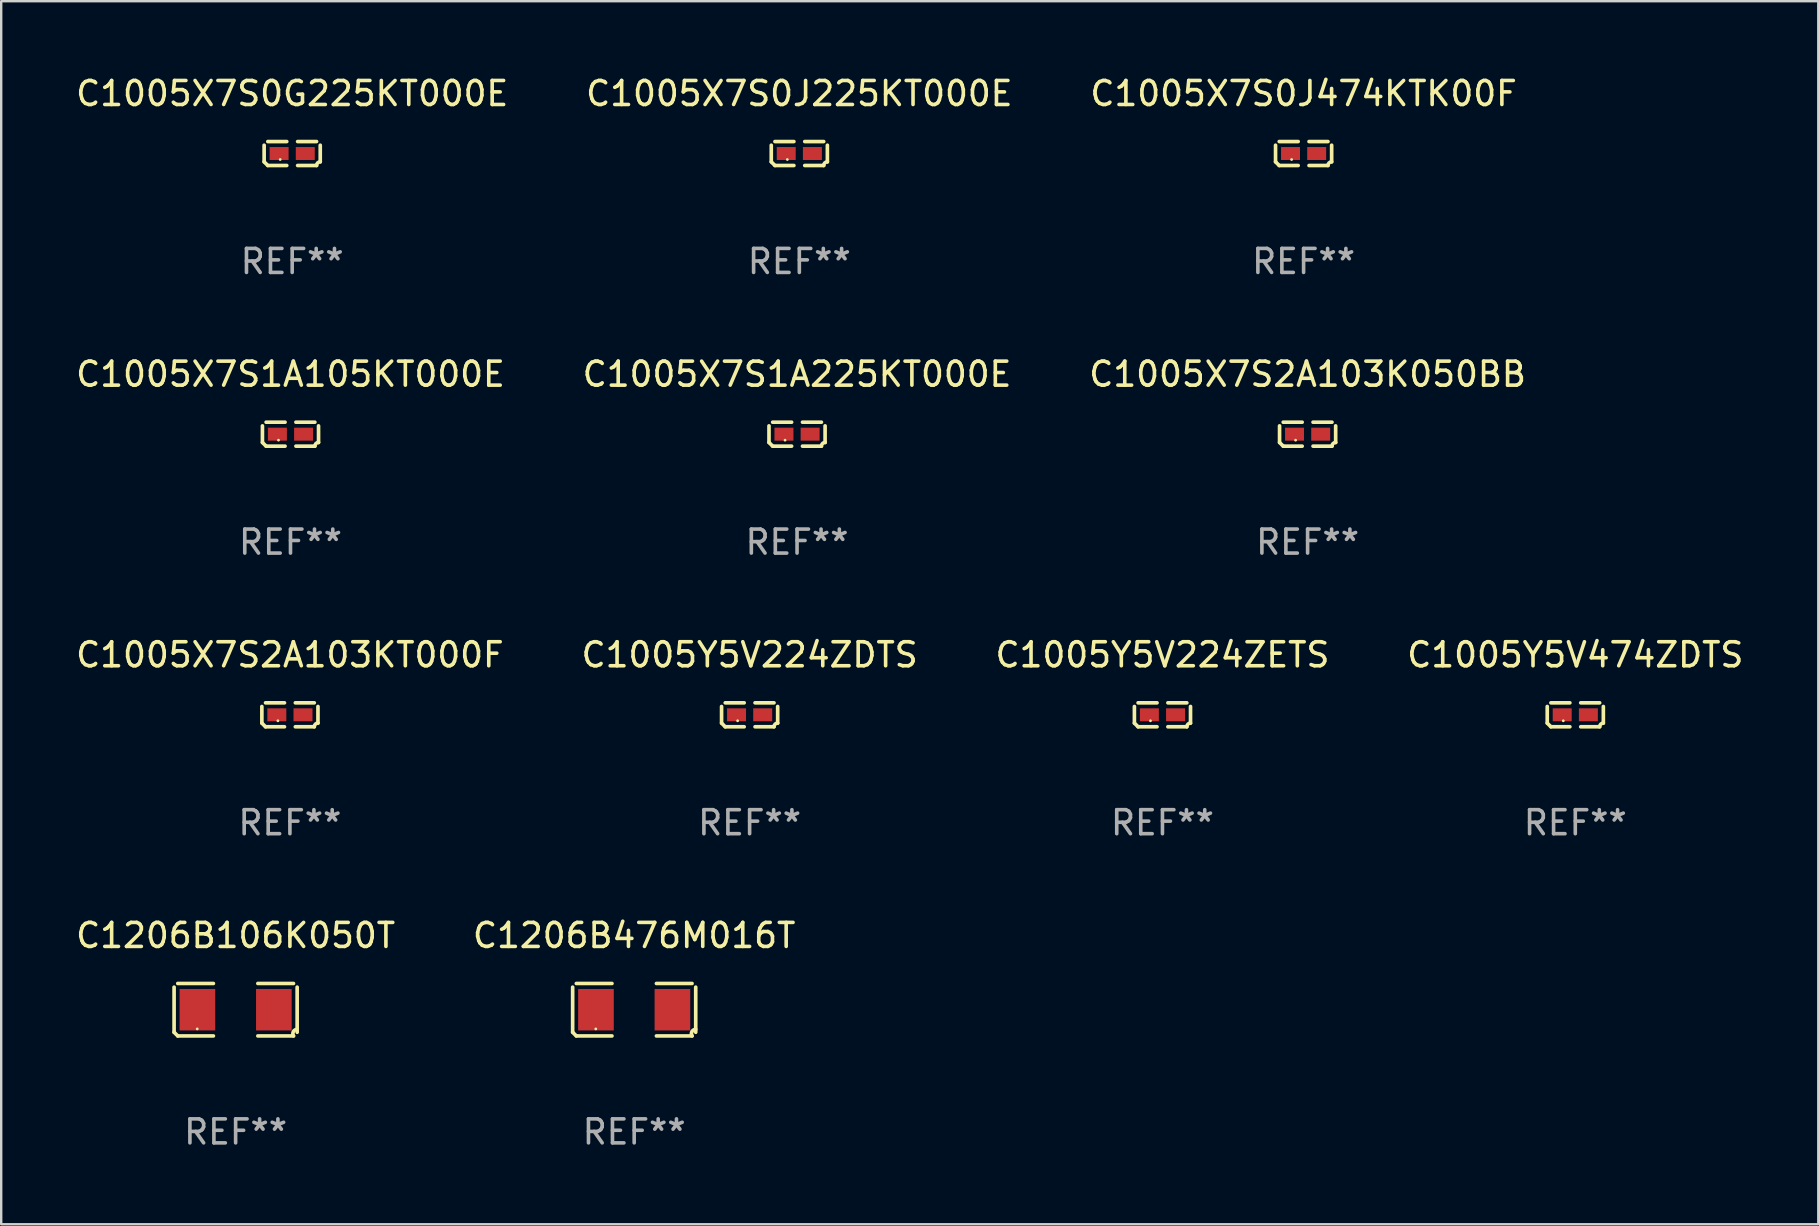
<source format=kicad_pcb>
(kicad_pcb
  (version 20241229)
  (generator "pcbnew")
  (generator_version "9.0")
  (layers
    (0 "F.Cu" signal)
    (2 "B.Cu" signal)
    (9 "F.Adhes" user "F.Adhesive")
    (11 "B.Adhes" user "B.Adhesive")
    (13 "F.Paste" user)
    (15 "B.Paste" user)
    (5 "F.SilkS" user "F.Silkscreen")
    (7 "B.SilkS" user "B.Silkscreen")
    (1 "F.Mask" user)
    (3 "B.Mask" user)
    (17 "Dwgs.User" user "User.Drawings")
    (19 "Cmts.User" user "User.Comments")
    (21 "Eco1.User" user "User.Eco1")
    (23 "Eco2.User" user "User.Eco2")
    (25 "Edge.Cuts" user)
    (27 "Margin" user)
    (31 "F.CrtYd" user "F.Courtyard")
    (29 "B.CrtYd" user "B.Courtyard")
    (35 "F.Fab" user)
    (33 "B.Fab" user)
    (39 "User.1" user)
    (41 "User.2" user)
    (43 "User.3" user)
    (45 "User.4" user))
  (footprint "C1005X7S2A103KT000F"
    (layer "F.Cu")
    (at 9.03 26.734)
    (property "Reference" "C1005X7S2A103KT000F" (at 0 -2.499 0) (layer "F.SilkS") (effects (font (size 1 1) (thickness 0.15))))
    (attr through_hole)
    (fp_line (start -1.169 0.346) (end -1.169 -0.346) (stroke (width 0.152) (type solid)) (layer "F.SilkS"))
    (fp_line (start -1.016 -0.499) (end -0.226 -0.499) (stroke (width 0.152) (type solid)) (layer "F.SilkS"))
    (fp_line (start -0.226 0.499) (end -1.016 0.499) (stroke (width 0.152) (type solid)) (layer "F.SilkS"))
    (fp_line (start 0.226 0.499) (end 1.016 0.499) (stroke (width 0.152) (type solid)) (layer "F.SilkS"))
    (fp_line (start 1.016 -0.499) (end 0.226 -0.499) (stroke (width 0.152) (type solid)) (layer "F.SilkS"))
    (fp_line (start 1.169 0.346) (end 1.169 -0.346) (stroke (width 0.152) (type solid)) (layer "F.SilkS"))
    (fp_arc (start -1.016307 0.498603) (mid -1.092512 0.422405) (end -1.16871 0.3462) (stroke (width 0.1524) (type solid)) (layer "F.SilkS"))
    (fp_arc (start 1.016307 0.498603) (mid 1.060899 0.390758) (end 1.168707 0.346076) (stroke (width 0.1524) (type solid)) (layer "F.SilkS"))
    (fp_circle (center -0.5 0.25) (end -0.47 0.25) (stroke (width 0.06) (type solid)) (fill no) (layer "F.SilkS"))
    (fp_text user "REF**" (at 0 4.499 0) (layer "F.Fab") (effects (font (size 1 1) (thickness 0.15))))
    (pad "1" smd rect (at -0.545 0) (size 0.79 0.54) (layers "F.Cu" "F.Mask" "F.Paste"))
    (pad "2" smd rect (at 0.545 0) (size 0.79 0.54) (layers "F.Cu" "F.Mask" "F.Paste")))
  (footprint "C1005X7S0J474KTK00F"
    (layer "F.Cu")
    (at 51.268 3.347)
    (property "Reference" "C1005X7S0J474KTK00F" (at 0 -2.499 0) (layer "F.SilkS") (effects (font (size 1 1) (thickness 0.15))))
    (attr through_hole)
    (fp_line (start -1.169 0.346) (end -1.169 -0.346) (stroke (width 0.152) (type solid)) (layer "F.SilkS"))
    (fp_line (start -1.016 -0.499) (end -0.226 -0.499) (stroke (width 0.152) (type solid)) (layer "F.SilkS"))
    (fp_line (start -0.226 0.499) (end -1.016 0.499) (stroke (width 0.152) (type solid)) (layer "F.SilkS"))
    (fp_line (start 0.226 0.499) (end 1.016 0.499) (stroke (width 0.152) (type solid)) (layer "F.SilkS"))
    (fp_line (start 1.016 -0.499) (end 0.226 -0.499) (stroke (width 0.152) (type solid)) (layer "F.SilkS"))
    (fp_line (start 1.169 0.346) (end 1.169 -0.346) (stroke (width 0.152) (type solid)) (layer "F.SilkS"))
    (fp_arc (start -1.016307 0.498603) (mid -1.092512 0.422405) (end -1.16871 0.3462) (stroke (width 0.1524) (type solid)) (layer "F.SilkS"))
    (fp_arc (start 1.016307 0.498603) (mid 1.060899 0.390758) (end 1.168707 0.346076) (stroke (width 0.1524) (type solid)) (layer "F.SilkS"))
    (fp_circle (center -0.5 0.25) (end -0.47 0.25) (stroke (width 0.06) (type solid)) (fill no) (layer "F.SilkS"))
    (fp_text user "REF**" (at 0 4.499 0) (layer "F.Fab") (effects (font (size 1 1) (thickness 0.15))))
    (pad "1" smd rect (at -0.545 0) (size 0.79 0.54) (layers "F.Cu" "F.Mask" "F.Paste"))
    (pad "2" smd rect (at 0.545 0) (size 0.79 0.54) (layers "F.Cu" "F.Mask" "F.Paste")))
  (footprint "C1005Y5V224ZETS"
    (layer "F.Cu")
    (at 45.387 26.734)
    (property "Reference" "C1005Y5V224ZETS" (at 0 -2.499 0) (layer "F.SilkS") (effects (font (size 1 1) (thickness 0.15))))
    (attr through_hole)
    (fp_line (start -1.169 0.346) (end -1.169 -0.346) (stroke (width 0.152) (type solid)) (layer "F.SilkS"))
    (fp_line (start -1.016 -0.499) (end -0.226 -0.499) (stroke (width 0.152) (type solid)) (layer "F.SilkS"))
    (fp_line (start -0.226 0.499) (end -1.016 0.499) (stroke (width 0.152) (type solid)) (layer "F.SilkS"))
    (fp_line (start 0.226 0.499) (end 1.016 0.499) (stroke (width 0.152) (type solid)) (layer "F.SilkS"))
    (fp_line (start 1.016 -0.499) (end 0.226 -0.499) (stroke (width 0.152) (type solid)) (layer "F.SilkS"))
    (fp_line (start 1.169 0.346) (end 1.169 -0.346) (stroke (width 0.152) (type solid)) (layer "F.SilkS"))
    (fp_arc (start -1.016307 0.498603) (mid -1.092512 0.422405) (end -1.16871 0.3462) (stroke (width 0.1524) (type solid)) (layer "F.SilkS"))
    (fp_arc (start 1.016307 0.498603) (mid 1.060899 0.390758) (end 1.168707 0.346076) (stroke (width 0.1524) (type solid)) (layer "F.SilkS"))
    (fp_circle (center -0.5 0.25) (end -0.47 0.25) (stroke (width 0.06) (type solid)) (fill no) (layer "F.SilkS"))
    (fp_text user "REF**" (at 0 4.499 0) (layer "F.Fab") (effects (font (size 1 1) (thickness 0.15))))
    (pad "1" smd rect (at -0.545 0) (size 0.79 0.54) (layers "F.Cu" "F.Mask" "F.Paste"))
    (pad "2" smd rect (at 0.545 0) (size 0.79 0.54) (layers "F.Cu" "F.Mask" "F.Paste")))
  (footprint "C1206B106K050T"
    (layer "F.Cu")
    (at 6.768 39.022)
    (property "Reference" "C1206B106K050T" (at 0 -3.093 0) (layer "F.SilkS") (effects (font (size 1 1) (thickness 0.15))))
    (attr through_hole)
    (fp_line (start -2.564 0.94) (end -2.564 -0.94) (stroke (width 0.152) (type solid)) (layer "F.SilkS"))
    (fp_line (start -2.411 -1.093) (end -0.926 -1.093) (stroke (width 0.152) (type solid)) (layer "F.SilkS"))
    (fp_line (start -0.926 1.093) (end -2.411 1.093) (stroke (width 0.152) (type solid)) (layer "F.SilkS"))
    (fp_line (start 0.926 1.093) (end 2.411 1.093) (stroke (width 0.152) (type solid)) (layer "F.SilkS"))
    (fp_line (start 2.411 -1.093) (end 0.926 -1.093) (stroke (width 0.152) (type solid)) (layer "F.SilkS"))
    (fp_line (start 2.564 0.94) (end 2.564 -0.94) (stroke (width 0.152) (type solid)) (layer "F.SilkS"))
    (fp_arc (start -2.411201 1.092609) (mid -2.487413 1.01642) (end -2.563602 0.940208) (stroke (width 0.1524) (type solid)) (layer "F.SilkS"))
    (fp_arc (start 2.411201 1.092609) (mid 2.407159 0.911226) (end 2.563602 0.819347) (stroke (width 0.1524) (type solid)) (layer "F.SilkS"))
    (fp_circle (center -1.6 0.8) (end -1.57 0.8) (stroke (width 0.06) (type solid)) (fill no) (layer "F.SilkS"))
    (fp_text user "REF**" (at 0 5.093 0) (layer "F.Fab") (effects (font (size 1 1) (thickness 0.15))))
    (pad "1" smd rect (at -1.593 0) (size 1.485 1.728) (layers "F.Cu" "F.Mask" "F.Paste"))
    (pad "2" smd rect (at 1.593 0) (size 1.485 1.728) (layers "F.Cu" "F.Mask" "F.Paste")))
  (footprint "C1005X7S2A103K050BB"
    (layer "F.Cu")
    (at 51.435 15.041)
    (property "Reference" "C1005X7S2A103K050BB" (at 0 -2.499 0) (layer "F.SilkS") (effects (font (size 1 1) (thickness 0.15))))
    (attr through_hole)
    (fp_line (start -1.169 0.346) (end -1.169 -0.346) (stroke (width 0.152) (type solid)) (layer "F.SilkS"))
    (fp_line (start -1.016 -0.499) (end -0.226 -0.499) (stroke (width 0.152) (type solid)) (layer "F.SilkS"))
    (fp_line (start -0.226 0.499) (end -1.016 0.499) (stroke (width 0.152) (type solid)) (layer "F.SilkS"))
    (fp_line (start 0.226 0.499) (end 1.016 0.499) (stroke (width 0.152) (type solid)) (layer "F.SilkS"))
    (fp_line (start 1.016 -0.499) (end 0.226 -0.499) (stroke (width 0.152) (type solid)) (layer "F.SilkS"))
    (fp_line (start 1.169 0.346) (end 1.169 -0.346) (stroke (width 0.152) (type solid)) (layer "F.SilkS"))
    (fp_arc (start -1.016307 0.498603) (mid -1.092512 0.422405) (end -1.16871 0.3462) (stroke (width 0.1524) (type solid)) (layer "F.SilkS"))
    (fp_arc (start 1.016307 0.498603) (mid 1.060899 0.390758) (end 1.168707 0.346076) (stroke (width 0.1524) (type solid)) (layer "F.SilkS"))
    (fp_circle (center -0.5 0.25) (end -0.47 0.25) (stroke (width 0.06) (type solid)) (fill no) (layer "F.SilkS"))
    (fp_text user "REF**" (at 0 4.499 0) (layer "F.Fab") (effects (font (size 1 1) (thickness 0.15))))
    (pad "1" smd rect (at -0.545 0) (size 0.79 0.54) (layers "F.Cu" "F.Mask" "F.Paste"))
    (pad "2" smd rect (at 0.545 0) (size 0.79 0.54) (layers "F.Cu" "F.Mask" "F.Paste")))
  (footprint "C1005X7S1A105KT000E"
    (layer "F.Cu")
    (at 9.054 15.041)
    (property "Reference" "C1005X7S1A105KT000E" (at 0 -2.499 0) (layer "F.SilkS") (effects (font (size 1 1) (thickness 0.15))))
    (attr through_hole)
    (fp_line (start -1.169 0.346) (end -1.169 -0.346) (stroke (width 0.152) (type solid)) (layer "F.SilkS"))
    (fp_line (start -1.016 -0.499) (end -0.226 -0.499) (stroke (width 0.152) (type solid)) (layer "F.SilkS"))
    (fp_line (start -0.226 0.499) (end -1.016 0.499) (stroke (width 0.152) (type solid)) (layer "F.SilkS"))
    (fp_line (start 0.226 0.499) (end 1.016 0.499) (stroke (width 0.152) (type solid)) (layer "F.SilkS"))
    (fp_line (start 1.016 -0.499) (end 0.226 -0.499) (stroke (width 0.152) (type solid)) (layer "F.SilkS"))
    (fp_line (start 1.169 0.346) (end 1.169 -0.346) (stroke (width 0.152) (type solid)) (layer "F.SilkS"))
    (fp_arc (start -1.016307 0.498603) (mid -1.092512 0.422405) (end -1.16871 0.3462) (stroke (width 0.1524) (type solid)) (layer "F.SilkS"))
    (fp_arc (start 1.016307 0.498603) (mid 1.060899 0.390758) (end 1.168707 0.346076) (stroke (width 0.1524) (type solid)) (layer "F.SilkS"))
    (fp_circle (center -0.5 0.25) (end -0.47 0.25) (stroke (width 0.06) (type solid)) (fill no) (layer "F.SilkS"))
    (fp_text user "REF**" (at 0 4.499 0) (layer "F.Fab") (effects (font (size 1 1) (thickness 0.15))))
    (pad "1" smd rect (at -0.545 0) (size 0.79 0.54) (layers "F.Cu" "F.Mask" "F.Paste"))
    (pad "2" smd rect (at 0.545 0) (size 0.79 0.54) (layers "F.Cu" "F.Mask" "F.Paste")))
  (footprint "C1005X7S0G225KT000E"
    (layer "F.Cu")
    (at 9.125 3.347)
    (property "Reference" "C1005X7S0G225KT000E" (at 0 -2.499 0) (layer "F.SilkS") (effects (font (size 1 1) (thickness 0.15))))
    (attr through_hole)
    (fp_line (start -1.169 0.346) (end -1.169 -0.346) (stroke (width 0.152) (type solid)) (layer "F.SilkS"))
    (fp_line (start -1.016 -0.499) (end -0.226 -0.499) (stroke (width 0.152) (type solid)) (layer "F.SilkS"))
    (fp_line (start -0.226 0.499) (end -1.016 0.499) (stroke (width 0.152) (type solid)) (layer "F.SilkS"))
    (fp_line (start 0.226 0.499) (end 1.016 0.499) (stroke (width 0.152) (type solid)) (layer "F.SilkS"))
    (fp_line (start 1.016 -0.499) (end 0.226 -0.499) (stroke (width 0.152) (type solid)) (layer "F.SilkS"))
    (fp_line (start 1.169 0.346) (end 1.169 -0.346) (stroke (width 0.152) (type solid)) (layer "F.SilkS"))
    (fp_arc (start -1.016307 0.498603) (mid -1.092512 0.422405) (end -1.16871 0.3462) (stroke (width 0.1524) (type solid)) (layer "F.SilkS"))
    (fp_arc (start 1.016307 0.498603) (mid 1.060899 0.390758) (end 1.168707 0.346076) (stroke (width 0.1524) (type solid)) (layer "F.SilkS"))
    (fp_circle (center -0.5 0.25) (end -0.47 0.25) (stroke (width 0.06) (type solid)) (fill no) (layer "F.SilkS"))
    (fp_text user "REF**" (at 0 4.499 0) (layer "F.Fab") (effects (font (size 1 1) (thickness 0.15))))
    (pad "1" smd rect (at -0.545 0) (size 0.79 0.54) (layers "F.Cu" "F.Mask" "F.Paste"))
    (pad "2" smd rect (at 0.545 0) (size 0.79 0.54) (layers "F.Cu" "F.Mask" "F.Paste")))
  (footprint "C1005X7S1A225KT000E"
    (layer "F.Cu")
    (at 30.161 15.041)
    (property "Reference" "C1005X7S1A225KT000E" (at 0 -2.499 0) (layer "F.SilkS") (effects (font (size 1 1) (thickness 0.15))))
    (attr through_hole)
    (fp_line (start -1.169 0.346) (end -1.169 -0.346) (stroke (width 0.152) (type solid)) (layer "F.SilkS"))
    (fp_line (start -1.016 -0.499) (end -0.226 -0.499) (stroke (width 0.152) (type solid)) (layer "F.SilkS"))
    (fp_line (start -0.226 0.499) (end -1.016 0.499) (stroke (width 0.152) (type solid)) (layer "F.SilkS"))
    (fp_line (start 0.226 0.499) (end 1.016 0.499) (stroke (width 0.152) (type solid)) (layer "F.SilkS"))
    (fp_line (start 1.016 -0.499) (end 0.226 -0.499) (stroke (width 0.152) (type solid)) (layer "F.SilkS"))
    (fp_line (start 1.169 0.346) (end 1.169 -0.346) (stroke (width 0.152) (type solid)) (layer "F.SilkS"))
    (fp_arc (start -1.016307 0.498603) (mid -1.092512 0.422405) (end -1.16871 0.3462) (stroke (width 0.1524) (type solid)) (layer "F.SilkS"))
    (fp_arc (start 1.016307 0.498603) (mid 1.060899 0.390758) (end 1.168707 0.346076) (stroke (width 0.1524) (type solid)) (layer "F.SilkS"))
    (fp_circle (center -0.5 0.25) (end -0.47 0.25) (stroke (width 0.06) (type solid)) (fill no) (layer "F.SilkS"))
    (fp_text user "REF**" (at 0 4.499 0) (layer "F.Fab") (effects (font (size 1 1) (thickness 0.15))))
    (pad "1" smd rect (at -0.545 0) (size 0.79 0.54) (layers "F.Cu" "F.Mask" "F.Paste"))
    (pad "2" smd rect (at 0.545 0) (size 0.79 0.54) (layers "F.Cu" "F.Mask" "F.Paste")))
  (footprint "C1206B476M016T"
    (layer "F.Cu")
    (at 23.375 39.022)
    (property "Reference" "C1206B476M016T" (at 0 -3.093 0) (layer "F.SilkS") (effects (font (size 1 1) (thickness 0.15))))
    (attr through_hole)
    (fp_line (start -2.564 0.94) (end -2.564 -0.94) (stroke (width 0.152) (type solid)) (layer "F.SilkS"))
    (fp_line (start -2.411 -1.093) (end -0.926 -1.093) (stroke (width 0.152) (type solid)) (layer "F.SilkS"))
    (fp_line (start -0.926 1.093) (end -2.411 1.093) (stroke (width 0.152) (type solid)) (layer "F.SilkS"))
    (fp_line (start 0.926 1.093) (end 2.411 1.093) (stroke (width 0.152) (type solid)) (layer "F.SilkS"))
    (fp_line (start 2.411 -1.093) (end 0.926 -1.093) (stroke (width 0.152) (type solid)) (layer "F.SilkS"))
    (fp_line (start 2.564 0.94) (end 2.564 -0.94) (stroke (width 0.152) (type solid)) (layer "F.SilkS"))
    (fp_arc (start -2.411201 1.092609) (mid -2.487413 1.01642) (end -2.563602 0.940208) (stroke (width 0.1524) (type solid)) (layer "F.SilkS"))
    (fp_arc (start 2.411201 1.092609) (mid 2.407159 0.911226) (end 2.563602 0.819347) (stroke (width 0.1524) (type solid)) (layer "F.SilkS"))
    (fp_circle (center -1.6 0.8) (end -1.57 0.8) (stroke (width 0.06) (type solid)) (fill no) (layer "F.SilkS"))
    (fp_text user "REF**" (at 0 5.093 0) (layer "F.Fab") (effects (font (size 1 1) (thickness 0.15))))
    (pad "1" smd rect (at -1.593 0) (size 1.485 1.728) (layers "F.Cu" "F.Mask" "F.Paste"))
    (pad "2" smd rect (at 1.593 0) (size 1.485 1.728) (layers "F.Cu" "F.Mask" "F.Paste")))
  (footprint "C1005Y5V474ZDTS"
    (layer "F.Cu")
    (at 62.589 26.734)
    (property "Reference" "C1005Y5V474ZDTS" (at 0 -2.499 0) (layer "F.SilkS") (effects (font (size 1 1) (thickness 0.15))))
    (attr through_hole)
    (fp_line (start -1.169 0.346) (end -1.169 -0.346) (stroke (width 0.152) (type solid)) (layer "F.SilkS"))
    (fp_line (start -1.016 -0.499) (end -0.226 -0.499) (stroke (width 0.152) (type solid)) (layer "F.SilkS"))
    (fp_line (start -0.226 0.499) (end -1.016 0.499) (stroke (width 0.152) (type solid)) (layer "F.SilkS"))
    (fp_line (start 0.226 0.499) (end 1.016 0.499) (stroke (width 0.152) (type solid)) (layer "F.SilkS"))
    (fp_line (start 1.016 -0.499) (end 0.226 -0.499) (stroke (width 0.152) (type solid)) (layer "F.SilkS"))
    (fp_line (start 1.169 0.346) (end 1.169 -0.346) (stroke (width 0.152) (type solid)) (layer "F.SilkS"))
    (fp_arc (start -1.016307 0.498603) (mid -1.092512 0.422405) (end -1.16871 0.3462) (stroke (width 0.1524) (type solid)) (layer "F.SilkS"))
    (fp_arc (start 1.016307 0.498603) (mid 1.060899 0.390758) (end 1.168707 0.346076) (stroke (width 0.1524) (type solid)) (layer "F.SilkS"))
    (fp_circle (center -0.5 0.25) (end -0.47 0.25) (stroke (width 0.06) (type solid)) (fill no) (layer "F.SilkS"))
    (fp_text user "REF**" (at 0 4.499 0) (layer "F.Fab") (effects (font (size 1 1) (thickness 0.15))))
    (pad "1" smd rect (at -0.545 0) (size 0.79 0.54) (layers "F.Cu" "F.Mask" "F.Paste"))
    (pad "2" smd rect (at 0.545 0) (size 0.79 0.54) (layers "F.Cu" "F.Mask" "F.Paste")))
  (footprint "C1005X7S0J225KT000E"
    (layer "F.Cu")
    (at 30.256 3.347)
    (property "Reference" "C1005X7S0J225KT000E" (at 0 -2.499 0) (layer "F.SilkS") (effects (font (size 1 1) (thickness 0.15))))
    (attr through_hole)
    (fp_line (start -1.169 0.346) (end -1.169 -0.346) (stroke (width 0.152) (type solid)) (layer "F.SilkS"))
    (fp_line (start -1.016 -0.499) (end -0.226 -0.499) (stroke (width 0.152) (type solid)) (layer "F.SilkS"))
    (fp_line (start -0.226 0.499) (end -1.016 0.499) (stroke (width 0.152) (type solid)) (layer "F.SilkS"))
    (fp_line (start 0.226 0.499) (end 1.016 0.499) (stroke (width 0.152) (type solid)) (layer "F.SilkS"))
    (fp_line (start 1.016 -0.499) (end 0.226 -0.499) (stroke (width 0.152) (type solid)) (layer "F.SilkS"))
    (fp_line (start 1.169 0.346) (end 1.169 -0.346) (stroke (width 0.152) (type solid)) (layer "F.SilkS"))
    (fp_arc (start -1.016307 0.498603) (mid -1.092512 0.422405) (end -1.16871 0.3462) (stroke (width 0.1524) (type solid)) (layer "F.SilkS"))
    (fp_arc (start 1.016307 0.498603) (mid 1.060899 0.390758) (end 1.168707 0.346076) (stroke (width 0.1524) (type solid)) (layer "F.SilkS"))
    (fp_circle (center -0.5 0.25) (end -0.47 0.25) (stroke (width 0.06) (type solid)) (fill no) (layer "F.SilkS"))
    (fp_text user "REF**" (at 0 4.499 0) (layer "F.Fab") (effects (font (size 1 1) (thickness 0.15))))
    (pad "1" smd rect (at -0.545 0) (size 0.79 0.54) (layers "F.Cu" "F.Mask" "F.Paste"))
    (pad "2" smd rect (at 0.545 0) (size 0.79 0.54) (layers "F.Cu" "F.Mask" "F.Paste")))
  (footprint "C1005Y5V224ZDTS"
    (layer "F.Cu")
    (at 28.185 26.734)
    (property "Reference" "C1005Y5V224ZDTS" (at 0 -2.499 0) (layer "F.SilkS") (effects (font (size 1 1) (thickness 0.15))))
    (attr through_hole)
    (fp_line (start -1.169 0.346) (end -1.169 -0.346) (stroke (width 0.152) (type solid)) (layer "F.SilkS"))
    (fp_line (start -1.016 -0.499) (end -0.226 -0.499) (stroke (width 0.152) (type solid)) (layer "F.SilkS"))
    (fp_line (start -0.226 0.499) (end -1.016 0.499) (stroke (width 0.152) (type solid)) (layer "F.SilkS"))
    (fp_line (start 0.226 0.499) (end 1.016 0.499) (stroke (width 0.152) (type solid)) (layer "F.SilkS"))
    (fp_line (start 1.016 -0.499) (end 0.226 -0.499) (stroke (width 0.152) (type solid)) (layer "F.SilkS"))
    (fp_line (start 1.169 0.346) (end 1.169 -0.346) (stroke (width 0.152) (type solid)) (layer "F.SilkS"))
    (fp_arc (start -1.016307 0.498603) (mid -1.092512 0.422405) (end -1.16871 0.3462) (stroke (width 0.1524) (type solid)) (layer "F.SilkS"))
    (fp_arc (start 1.016307 0.498603) (mid 1.060899 0.390758) (end 1.168707 0.346076) (stroke (width 0.1524) (type solid)) (layer "F.SilkS"))
    (fp_circle (center -0.5 0.25) (end -0.47 0.25) (stroke (width 0.06) (type solid)) (fill no) (layer "F.SilkS"))
    (fp_text user "REF**" (at 0 4.499 0) (layer "F.Fab") (effects (font (size 1 1) (thickness 0.15))))
    (pad "1" smd rect (at -0.545 0) (size 0.79 0.54) (layers "F.Cu" "F.Mask" "F.Paste"))
    (pad "2" smd rect (at 0.545 0) (size 0.79 0.54) (layers "F.Cu" "F.Mask" "F.Paste")))
  (gr_rect
    (start -3 -3)
    (end 72.714 47.963)
    (stroke (width 0.1) (type default))
    (fill no)
    (layer "Edge.Cuts")))
</source>
